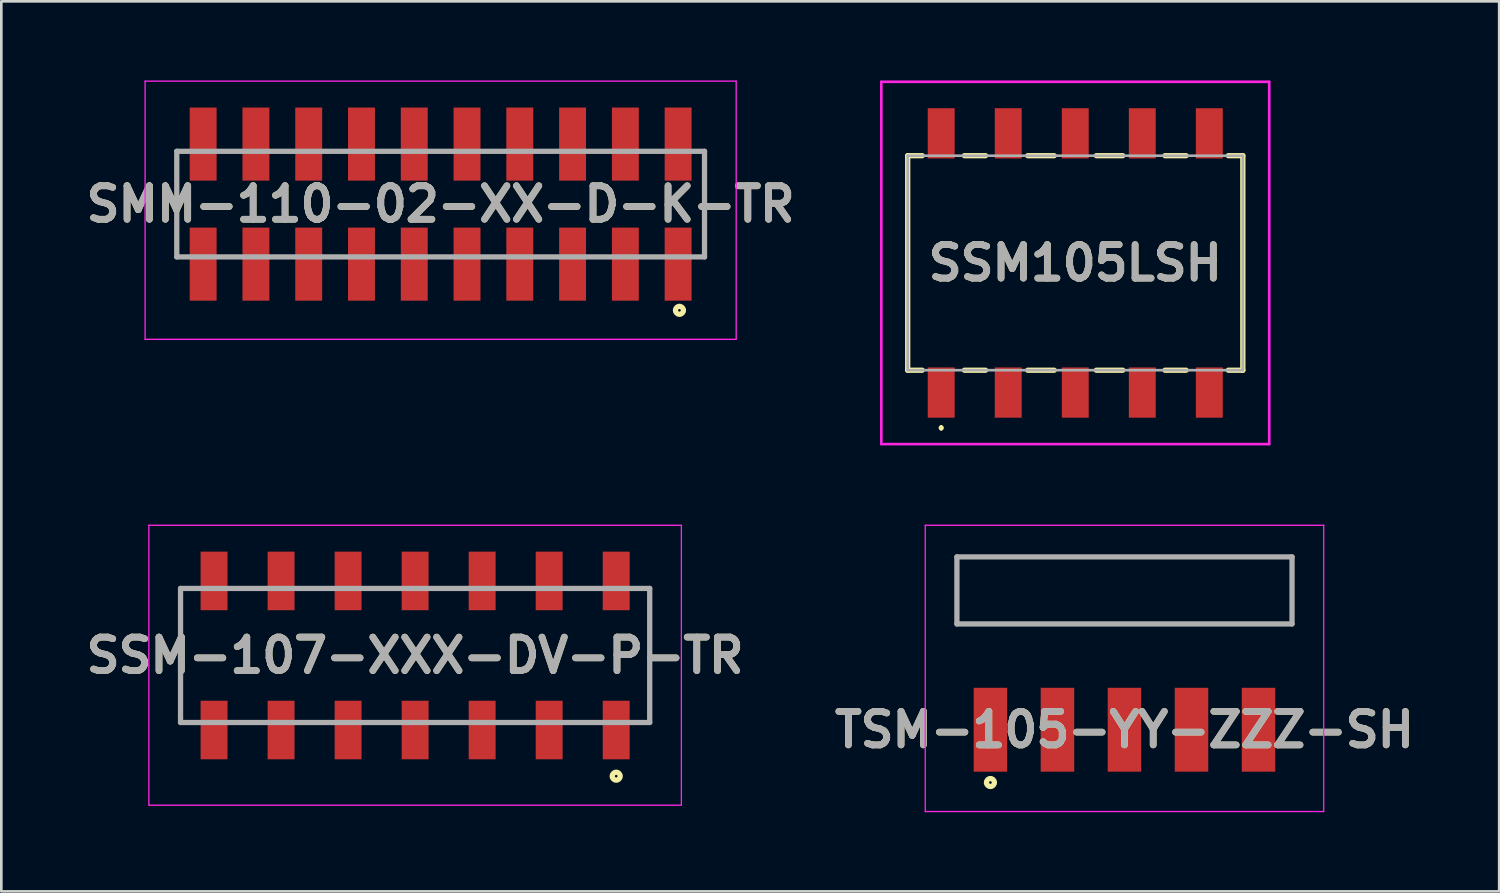
<source format=kicad_pcb>
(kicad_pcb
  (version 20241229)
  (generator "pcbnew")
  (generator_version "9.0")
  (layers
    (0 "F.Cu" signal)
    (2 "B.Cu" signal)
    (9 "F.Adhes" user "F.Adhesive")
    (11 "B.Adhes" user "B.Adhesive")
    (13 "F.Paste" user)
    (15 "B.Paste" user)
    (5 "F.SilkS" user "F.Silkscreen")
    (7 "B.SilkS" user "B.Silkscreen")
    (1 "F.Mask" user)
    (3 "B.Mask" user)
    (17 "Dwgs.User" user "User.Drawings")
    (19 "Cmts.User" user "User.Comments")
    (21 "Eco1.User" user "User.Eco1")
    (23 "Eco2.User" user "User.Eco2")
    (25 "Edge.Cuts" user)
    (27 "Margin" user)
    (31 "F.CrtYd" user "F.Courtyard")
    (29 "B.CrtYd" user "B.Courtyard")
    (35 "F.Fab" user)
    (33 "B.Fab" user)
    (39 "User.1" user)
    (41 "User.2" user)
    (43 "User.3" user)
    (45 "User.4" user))
  (footprint "SSM-107-XXX-DV-P-TR"
    (layer "F.Cu")
    (at 12.682 21.79)
    (property "Reference" "SSM-107-XXX-DV-P-TR" (at 0 0 0) (layer "F.SilkS") (effects (font (size 1.27 1.27) (thickness 0.254))))
    (attr smd)
    (fp_line (start -8.89 2.54) (end -8.89 -2.54) (stroke (width 0.1) (type solid)) (layer "F.SilkS"))
    (fp_line (start 8.89 -2.54) (end 8.89 2.54) (stroke (width 0.1) (type solid)) (layer "F.SilkS"))
    (fp_circle (center 7.62 4.575) (end 7.62 4.625) (stroke (width 0.2) (type solid)) (fill no) (layer "F.SilkS"))
    (fp_line (start -10.09 -4.935) (end 10.09 -4.935) (stroke (width 0.05) (type solid)) (layer "F.CrtYd"))
    (fp_line (start -10.09 5.675) (end -10.09 -4.935) (stroke (width 0.05) (type solid)) (layer "F.CrtYd"))
    (fp_line (start 10.09 -4.935) (end 10.09 5.675) (stroke (width 0.05) (type solid)) (layer "F.CrtYd"))
    (fp_line (start 10.09 5.675) (end -10.09 5.675) (stroke (width 0.05) (type solid)) (layer "F.CrtYd"))
    (fp_line (start -8.89 -2.54) (end 8.89 -2.54) (stroke (width 0.2) (type solid)) (layer "F.Fab"))
    (fp_line (start -8.89 2.54) (end -8.89 -2.54) (stroke (width 0.2) (type solid)) (layer "F.Fab"))
    (fp_line (start 8.89 -2.54) (end 8.89 2.54) (stroke (width 0.2) (type solid)) (layer "F.Fab"))
    (fp_line (start 8.89 2.54) (end -8.89 2.54) (stroke (width 0.2) (type solid)) (layer "F.Fab"))
    (fp_text user "${REFERENCE}" (at 0 0 0) (layer "F.Fab") (effects (font (size 1.27 1.27) (thickness 0.254))))
    (pad "1" smd rect (at 7.62 2.825) (size 1.02 2.22) (layers "F.Cu" "F.Mask" "F.Paste"))
    (pad "2" smd rect (at 7.62 -2.825) (size 1.02 2.22) (layers "F.Cu" "F.Mask" "F.Paste"))
    (pad "3" smd rect (at 5.08 2.825) (size 1.02 2.22) (layers "F.Cu" "F.Mask" "F.Paste"))
    (pad "4" smd rect (at 5.08 -2.825) (size 1.02 2.22) (layers "F.Cu" "F.Mask" "F.Paste"))
    (pad "5" smd rect (at 2.54 2.825) (size 1.02 2.22) (layers "F.Cu" "F.Mask" "F.Paste"))
    (pad "6" smd rect (at 2.54 -2.825) (size 1.02 2.22) (layers "F.Cu" "F.Mask" "F.Paste"))
    (pad "7" smd rect (at 0 2.825) (size 1.02 2.22) (layers "F.Cu" "F.Mask" "F.Paste"))
    (pad "8" smd rect (at 0 -2.825) (size 1.02 2.22) (layers "F.Cu" "F.Mask" "F.Paste"))
    (pad "9" smd rect (at -2.54 2.825) (size 1.02 2.22) (layers "F.Cu" "F.Mask" "F.Paste"))
    (pad "10" smd rect (at -2.54 -2.825) (size 1.02 2.22) (layers "F.Cu" "F.Mask" "F.Paste"))
    (pad "11" smd rect (at -5.08 2.825) (size 1.02 2.22) (layers "F.Cu" "F.Mask" "F.Paste"))
    (pad "12" smd rect (at -5.08 -2.825) (size 1.02 2.22) (layers "F.Cu" "F.Mask" "F.Paste"))
    (pad "13" smd rect (at -7.62 2.825) (size 1.02 2.22) (layers "F.Cu" "F.Mask" "F.Paste"))
    (pad "14" smd rect (at -7.62 -2.825) (size 1.02 2.22) (layers "F.Cu" "F.Mask" "F.Paste")))
  (footprint "SMM-110-02-XX-D-K-TR"
    (layer "F.Cu")
    (at 13.649 4.685)
    (property "Reference" "SMM-110-02-XX-D-K-TR" (at 0 0 0) (layer "F.SilkS") (effects (font (size 1.27 1.27) (thickness 0.254))))
    (attr smd)
    (fp_line (start -10 2.001) (end -10 -2.001) (stroke (width 0.1) (type solid)) (layer "F.SilkS"))
    (fp_line (start 10 -2.001) (end 10 2.001) (stroke (width 0.1) (type solid)) (layer "F.SilkS"))
    (fp_circle (center 9.05 4.025) (end 9.05 4.075) (stroke (width 0.2) (type solid)) (fill no) (layer "F.SilkS"))
    (fp_line (start -11.2 -4.66) (end 11.2 -4.66) (stroke (width 0.05) (type solid)) (layer "F.CrtYd"))
    (fp_line (start -11.2 5.125) (end -11.2 -4.66) (stroke (width 0.05) (type solid)) (layer "F.CrtYd"))
    (fp_line (start 11.2 -4.66) (end 11.2 5.125) (stroke (width 0.05) (type solid)) (layer "F.CrtYd"))
    (fp_line (start 11.2 5.125) (end -11.2 5.125) (stroke (width 0.05) (type solid)) (layer "F.CrtYd"))
    (fp_line (start -10 -2.001) (end 10 -2.001) (stroke (width 0.2) (type solid)) (layer "F.Fab"))
    (fp_line (start -10 2.001) (end -10 -2.001) (stroke (width 0.2) (type solid)) (layer "F.Fab"))
    (fp_line (start 10 -2.001) (end 10 2.001) (stroke (width 0.2) (type solid)) (layer "F.Fab"))
    (fp_line (start 10 2.001) (end -10 2.001) (stroke (width 0.2) (type solid)) (layer "F.Fab"))
    (fp_text user "${REFERENCE}" (at 0 0 0) (layer "F.Fab") (effects (font (size 1.27 1.27) (thickness 0.254))))
    (pad "1" smd rect (at 9 2.275) (size 1.02 2.77) (layers "F.Cu" "F.Mask" "F.Paste"))
    (pad "2" smd rect (at 9 -2.275) (size 1.02 2.77) (layers "F.Cu" "F.Mask" "F.Paste"))
    (pad "3" smd rect (at 7 2.275) (size 1.02 2.77) (layers "F.Cu" "F.Mask" "F.Paste"))
    (pad "4" smd rect (at 7 -2.275) (size 1.02 2.77) (layers "F.Cu" "F.Mask" "F.Paste"))
    (pad "5" smd rect (at 5 2.275) (size 1.02 2.77) (layers "F.Cu" "F.Mask" "F.Paste"))
    (pad "6" smd rect (at 5 -2.275) (size 1.02 2.77) (layers "F.Cu" "F.Mask" "F.Paste"))
    (pad "7" smd rect (at 3 2.275) (size 1.02 2.77) (layers "F.Cu" "F.Mask" "F.Paste"))
    (pad "8" smd rect (at 3 -2.275) (size 1.02 2.77) (layers "F.Cu" "F.Mask" "F.Paste"))
    (pad "9" smd rect (at 1 2.275) (size 1.02 2.77) (layers "F.Cu" "F.Mask" "F.Paste"))
    (pad "10" smd rect (at 1 -2.275) (size 1.02 2.77) (layers "F.Cu" "F.Mask" "F.Paste"))
    (pad "11" smd rect (at -1 2.275) (size 1.02 2.77) (layers "F.Cu" "F.Mask" "F.Paste"))
    (pad "12" smd rect (at -1 -2.275) (size 1.02 2.77) (layers "F.Cu" "F.Mask" "F.Paste"))
    (pad "13" smd rect (at -3 2.275) (size 1.02 2.77) (layers "F.Cu" "F.Mask" "F.Paste"))
    (pad "14" smd rect (at -3 -2.275) (size 1.02 2.77) (layers "F.Cu" "F.Mask" "F.Paste"))
    (pad "15" smd rect (at -5 2.275) (size 1.02 2.77) (layers "F.Cu" "F.Mask" "F.Paste"))
    (pad "16" smd rect (at -5 -2.275) (size 1.02 2.77) (layers "F.Cu" "F.Mask" "F.Paste"))
    (pad "17" smd rect (at -7 2.275) (size 1.02 2.77) (layers "F.Cu" "F.Mask" "F.Paste"))
    (pad "18" smd rect (at -7 -2.275) (size 1.02 2.77) (layers "F.Cu" "F.Mask" "F.Paste"))
    (pad "19" smd rect (at -9 2.275) (size 1.02 2.77) (layers "F.Cu" "F.Mask" "F.Paste"))
    (pad "20" smd rect (at -9 -2.275) (size 1.02 2.77) (layers "F.Cu" "F.Mask" "F.Paste")))
  (footprint "TSM-105-YY-ZZZ-SH"
    (layer "F.Cu")
    (at 39.564 24.605)
    (property "Reference" "TSM-105-YY-ZZZ-SH" (at 0 0 0) (layer "F.SilkS") (effects (font (size 1.27 1.27) (thickness 0.254))))
    (attr smd)
    (fp_line (start -6.35 -6.55) (end 6.35 -6.55) (stroke (width 0.1) (type solid)) (layer "F.SilkS"))
    (fp_line (start -6.35 -4.01) (end -6.35 -6.55) (stroke (width 0.1) (type solid)) (layer "F.SilkS"))
    (fp_line (start 6.35 -6.55) (end 6.35 -4.01) (stroke (width 0.1) (type solid)) (layer "F.SilkS"))
    (fp_line (start 6.35 -4.01) (end -6.35 -4.01) (stroke (width 0.1) (type solid)) (layer "F.SilkS"))
    (fp_circle (center -5.08 2) (end -5.08 2.05) (stroke (width 0.2) (type solid)) (fill no) (layer "F.SilkS"))
    (fp_line (start -7.55 -7.75) (end 7.55 -7.75) (stroke (width 0.05) (type solid)) (layer "F.CrtYd"))
    (fp_line (start -7.55 3.1) (end -7.55 -7.75) (stroke (width 0.05) (type solid)) (layer "F.CrtYd"))
    (fp_line (start 7.55 -7.75) (end 7.55 3.1) (stroke (width 0.05) (type solid)) (layer "F.CrtYd"))
    (fp_line (start 7.55 3.1) (end -7.55 3.1) (stroke (width 0.05) (type solid)) (layer "F.CrtYd"))
    (fp_line (start -6.35 -6.55) (end 6.35 -6.55) (stroke (width 0.2) (type solid)) (layer "F.Fab"))
    (fp_line (start -6.35 -4.01) (end -6.35 -6.55) (stroke (width 0.2) (type solid)) (layer "F.Fab"))
    (fp_line (start 6.35 -6.55) (end 6.35 -4.01) (stroke (width 0.2) (type solid)) (layer "F.Fab"))
    (fp_line (start 6.35 -4.01) (end -6.35 -4.01) (stroke (width 0.2) (type solid)) (layer "F.Fab"))
    (fp_text user "${REFERENCE}" (at 0 0 0) (layer "F.Fab") (effects (font (size 1.27 1.27) (thickness 0.254))))
    (pad "1" smd rect (at -5.08 0) (size 1.27 3.18) (layers "F.Cu" "F.Mask" "F.Paste"))
    (pad "2" smd rect (at -2.54 0) (size 1.27 3.18) (layers "F.Cu" "F.Mask" "F.Paste"))
    (pad "3" smd rect (at 0 0) (size 1.27 3.18) (layers "F.Cu" "F.Mask" "F.Paste"))
    (pad "4" smd rect (at 2.54 0) (size 1.27 3.18) (layers "F.Cu" "F.Mask" "F.Paste"))
    (pad "5" smd rect (at 5.08 0) (size 1.27 3.18) (layers "F.Cu" "F.Mask" "F.Paste")))
  (footprint "SSM105LSH"
    (layer "F.Cu")
    (at 37.699 6.915)
    (property "Reference" "SSM105LSH" (at 0 0 0) (layer "F.SilkS") (effects (font (size 1.27 1.27) (thickness 0.254))))
    (attr smd)
    (fp_line (start -6.35 -4.065) (end -6.35 4.065) (stroke (width 0.2) (type solid)) (layer "F.SilkS"))
    (fp_line (start -6.35 4.065) (end -5.8 4.065) (stroke (width 0.2) (type solid)) (layer "F.SilkS"))
    (fp_line (start -5.8 -4.065) (end -6.35 -4.065) (stroke (width 0.2) (type solid)) (layer "F.SilkS"))
    (fp_line (start -5.08 6.2) (end -5.08 6.2) (stroke (width 0.1) (type solid)) (layer "F.SilkS"))
    (fp_line (start -5.08 6.3) (end -5.08 6.3) (stroke (width 0.1) (type solid)) (layer "F.SilkS"))
    (fp_line (start -4.2 -4.065) (end -3.4 -4.065) (stroke (width 0.2) (type solid)) (layer "F.SilkS"))
    (fp_line (start -4.2 4.065) (end -3.4 4.065) (stroke (width 0.2) (type solid)) (layer "F.SilkS"))
    (fp_line (start -1.8 -4.065) (end -0.8 -4.065) (stroke (width 0.2) (type solid)) (layer "F.SilkS"))
    (fp_line (start -1.8 4.065) (end -0.8 4.065) (stroke (width 0.2) (type solid)) (layer "F.SilkS"))
    (fp_line (start 0.8 -4.065) (end 1.8 -4.065) (stroke (width 0.2) (type solid)) (layer "F.SilkS"))
    (fp_line (start 0.8 4.065) (end 1.8 4.065) (stroke (width 0.2) (type solid)) (layer "F.SilkS"))
    (fp_line (start 3.4 -4.065) (end 4.2 -4.065) (stroke (width 0.2) (type solid)) (layer "F.SilkS"))
    (fp_line (start 3.4 4.065) (end 4.2 4.065) (stroke (width 0.2) (type solid)) (layer "F.SilkS"))
    (fp_line (start 5.8 4.065) (end 6.35 4.065) (stroke (width 0.2) (type solid)) (layer "F.SilkS"))
    (fp_line (start 6.35 -4.065) (end 5.8 -4.065) (stroke (width 0.2) (type solid)) (layer "F.SilkS"))
    (fp_line (start 6.35 4.065) (end 6.35 -4.065) (stroke (width 0.2) (type solid)) (layer "F.SilkS"))
    (fp_arc (start -5.08 6.2) (mid -5.03 6.25) (end -5.08 6.3) (stroke (width 0.1) (type solid)) (layer "F.SilkS"))
    (fp_arc (start -5.08 6.3) (mid -5.13 6.25) (end -5.08 6.2) (stroke (width 0.1) (type solid)) (layer "F.SilkS"))
    (fp_line (start -7.35 -6.865) (end 7.35 -6.865) (stroke (width 0.1) (type solid)) (layer "F.CrtYd"))
    (fp_line (start -7.35 6.865) (end -7.35 -6.865) (stroke (width 0.1) (type solid)) (layer "F.CrtYd"))
    (fp_line (start 7.35 -6.865) (end 7.35 6.865) (stroke (width 0.1) (type solid)) (layer "F.CrtYd"))
    (fp_line (start 7.35 6.865) (end -7.35 6.865) (stroke (width 0.1) (type solid)) (layer "F.CrtYd"))
    (fp_line (start -6.35 -4.065) (end -6.35 4.065) (stroke (width 0.1) (type solid)) (layer "F.Fab"))
    (fp_line (start -6.35 4.065) (end 6.35 4.065) (stroke (width 0.1) (type solid)) (layer "F.Fab"))
    (fp_line (start 6.35 -4.065) (end -6.35 -4.065) (stroke (width 0.1) (type solid)) (layer "F.Fab"))
    (fp_line (start 6.35 4.065) (end 6.35 -4.065) (stroke (width 0.1) (type solid)) (layer "F.Fab"))
    (fp_text user "${REFERENCE}" (at 0 0 0) (layer "F.Fab") (effects (font (size 1.27 1.27) (thickness 0.254))))
    (pad "A1" smd rect (at -5.08 4.912) (size 1.02 1.905) (layers "F.Cu" "F.Mask" "F.Paste"))
    (pad "A2" smd rect (at -2.54 4.912) (size 1.02 1.905) (layers "F.Cu" "F.Mask" "F.Paste"))
    (pad "A3" smd rect (at 0 4.912) (size 1.02 1.905) (layers "F.Cu" "F.Mask" "F.Paste"))
    (pad "A4" smd rect (at 2.54 4.912) (size 1.02 1.905) (layers "F.Cu" "F.Mask" "F.Paste"))
    (pad "A5" smd rect (at 5.08 4.912) (size 1.02 1.905) (layers "F.Cu" "F.Mask" "F.Paste"))
    (pad "B1" smd rect (at -5.08 -4.912) (size 1.02 1.905) (layers "F.Cu" "F.Mask" "F.Paste"))
    (pad "B2" smd rect (at -2.54 -4.912) (size 1.02 1.905) (layers "F.Cu" "F.Mask" "F.Paste"))
    (pad "B3" smd rect (at 0 -4.912) (size 1.02 1.905) (layers "F.Cu" "F.Mask" "F.Paste"))
    (pad "B4" smd rect (at 2.54 -4.912) (size 1.02 1.905) (layers "F.Cu" "F.Mask" "F.Paste"))
    (pad "B5" smd rect (at 5.08 -4.912) (size 1.02 1.905) (layers "F.Cu" "F.Mask" "F.Paste")))
  (gr_rect
    (start -3 -3)
    (end 53.764 30.73)
    (stroke (width 0.1) (type default))
    (fill no)
    (layer "Edge.Cuts")))
</source>
